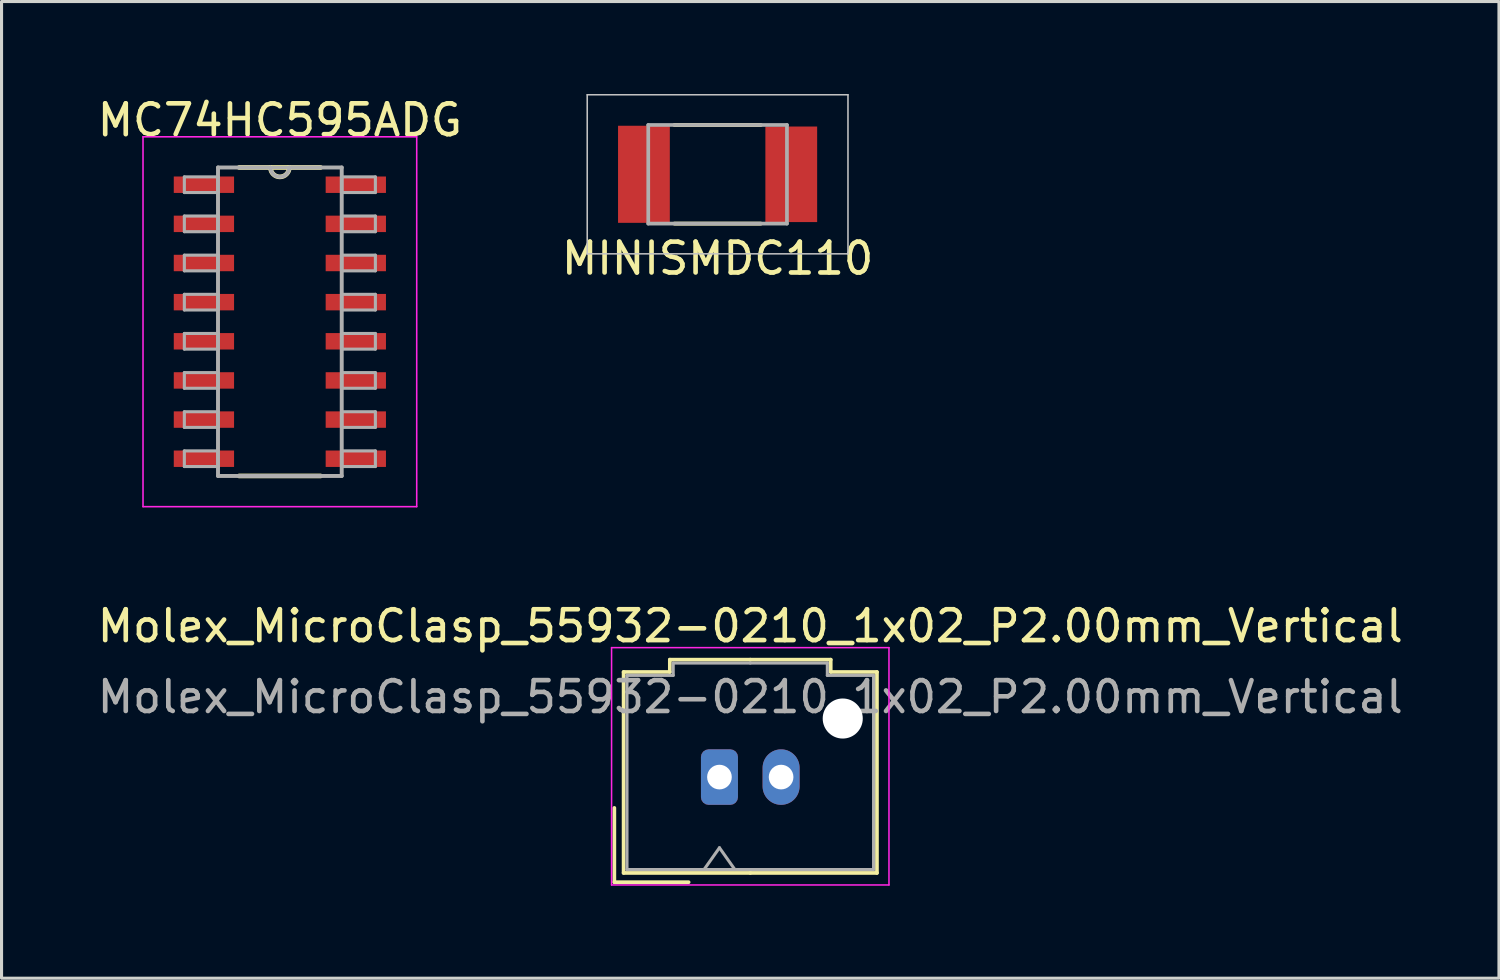
<source format=kicad_pcb>
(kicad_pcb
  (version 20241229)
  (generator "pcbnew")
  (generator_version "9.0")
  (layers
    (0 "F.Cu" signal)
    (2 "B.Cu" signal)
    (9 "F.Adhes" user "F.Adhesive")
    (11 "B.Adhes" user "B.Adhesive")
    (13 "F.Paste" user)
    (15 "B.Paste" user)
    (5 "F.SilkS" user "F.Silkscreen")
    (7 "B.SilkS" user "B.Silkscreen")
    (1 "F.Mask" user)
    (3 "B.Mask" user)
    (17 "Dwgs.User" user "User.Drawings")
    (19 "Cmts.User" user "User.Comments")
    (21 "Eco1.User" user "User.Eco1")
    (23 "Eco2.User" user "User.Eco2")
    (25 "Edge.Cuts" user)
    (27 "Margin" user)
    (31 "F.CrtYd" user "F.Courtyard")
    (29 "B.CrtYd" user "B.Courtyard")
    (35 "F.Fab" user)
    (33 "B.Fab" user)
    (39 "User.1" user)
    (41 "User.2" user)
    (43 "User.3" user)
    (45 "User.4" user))
  (footprint "MC74HC595ADG"
    (layer "F.Cu")
    (at 6.03 7.388)
    (property "Reference" "MC74HC595ADG" (at 0 -6.54 0) (layer "F.SilkS") (effects (font (size 1 1) (thickness 0.15))))
    (attr through_hole)
    (fp_line (start -1.321 5.004) (end 1.321 5.004) (stroke (width 0.152) (type solid)) (layer "F.SilkS"))
    (fp_line (start -0.305 -5.004) (end -1.321 -5.004) (stroke (width 0.152) (type solid)) (layer "F.SilkS"))
    (fp_line (start 0.305 -5.004) (end -0.305 -5.004) (stroke (width 0.152) (type solid)) (layer "F.SilkS"))
    (fp_line (start 1.321 -5.004) (end 0.305 -5.004) (stroke (width 0.152) (type solid)) (layer "F.SilkS"))
    (fp_arc (start 0.3048 -5.0038) (mid 0 -4.699) (end -0.3048 -5.0038) (stroke (width 0.1524) (type solid)) (layer "F.SilkS"))
    (fp_line (start -4.44 -6) (end -4.44 6) (stroke (width 0.051) (type solid)) (layer "F.CrtYd"))
    (fp_line (start -4.44 -6) (end 4.44 -6) (stroke (width 0.051) (type solid)) (layer "F.CrtYd"))
    (fp_line (start 4.44 -6) (end 4.44 6) (stroke (width 0.051) (type solid)) (layer "F.CrtYd"))
    (fp_line (start 4.44 6) (end -4.44 6) (stroke (width 0.051) (type solid)) (layer "F.CrtYd"))
    (fp_line (start -3.099 -4.699) (end -3.099 -4.191) (stroke (width 0.1) (type solid)) (layer "F.Fab"))
    (fp_line (start -3.099 -4.191) (end -2.007 -4.191) (stroke (width 0.1) (type solid)) (layer "F.Fab"))
    (fp_line (start -3.099 -3.429) (end -3.099 -2.921) (stroke (width 0.1) (type solid)) (layer "F.Fab"))
    (fp_line (start -3.099 -2.921) (end -2.007 -2.921) (stroke (width 0.1) (type solid)) (layer "F.Fab"))
    (fp_line (start -3.099 -2.159) (end -3.099 -1.651) (stroke (width 0.1) (type solid)) (layer "F.Fab"))
    (fp_line (start -3.099 -1.651) (end -2.007 -1.651) (stroke (width 0.1) (type solid)) (layer "F.Fab"))
    (fp_line (start -3.099 -0.889) (end -3.099 -0.381) (stroke (width 0.1) (type solid)) (layer "F.Fab"))
    (fp_line (start -3.099 -0.381) (end -2.007 -0.381) (stroke (width 0.1) (type solid)) (layer "F.Fab"))
    (fp_line (start -3.099 0.381) (end -3.099 0.889) (stroke (width 0.1) (type solid)) (layer "F.Fab"))
    (fp_line (start -3.099 0.889) (end -2.007 0.889) (stroke (width 0.1) (type solid)) (layer "F.Fab"))
    (fp_line (start -3.099 1.651) (end -3.099 2.159) (stroke (width 0.1) (type solid)) (layer "F.Fab"))
    (fp_line (start -3.099 2.159) (end -2.007 2.159) (stroke (width 0.1) (type solid)) (layer "F.Fab"))
    (fp_line (start -3.099 2.921) (end -3.099 3.429) (stroke (width 0.1) (type solid)) (layer "F.Fab"))
    (fp_line (start -3.099 3.429) (end -2.007 3.429) (stroke (width 0.1) (type solid)) (layer "F.Fab"))
    (fp_line (start -3.099 4.191) (end -3.099 4.699) (stroke (width 0.1) (type solid)) (layer "F.Fab"))
    (fp_line (start -3.099 4.699) (end -2.007 4.699) (stroke (width 0.1) (type solid)) (layer "F.Fab"))
    (fp_line (start -2.007 -5.004) (end -2.007 5.004) (stroke (width 0.127) (type solid)) (layer "F.Fab"))
    (fp_line (start -2.007 -4.699) (end -3.099 -4.699) (stroke (width 0.1) (type solid)) (layer "F.Fab"))
    (fp_line (start -2.007 -4.191) (end -2.007 -4.699) (stroke (width 0.1) (type solid)) (layer "F.Fab"))
    (fp_line (start -2.007 -3.429) (end -3.099 -3.429) (stroke (width 0.1) (type solid)) (layer "F.Fab"))
    (fp_line (start -2.007 -2.921) (end -2.007 -3.429) (stroke (width 0.1) (type solid)) (layer "F.Fab"))
    (fp_line (start -2.007 -2.159) (end -3.099 -2.159) (stroke (width 0.1) (type solid)) (layer "F.Fab"))
    (fp_line (start -2.007 -1.651) (end -2.007 -2.159) (stroke (width 0.1) (type solid)) (layer "F.Fab"))
    (fp_line (start -2.007 -0.889) (end -3.099 -0.889) (stroke (width 0.1) (type solid)) (layer "F.Fab"))
    (fp_line (start -2.007 -0.381) (end -2.007 -0.889) (stroke (width 0.1) (type solid)) (layer "F.Fab"))
    (fp_line (start -2.007 0.381) (end -3.099 0.381) (stroke (width 0.1) (type solid)) (layer "F.Fab"))
    (fp_line (start -2.007 0.889) (end -2.007 0.381) (stroke (width 0.1) (type solid)) (layer "F.Fab"))
    (fp_line (start -2.007 1.651) (end -3.099 1.651) (stroke (width 0.1) (type solid)) (layer "F.Fab"))
    (fp_line (start -2.007 2.159) (end -2.007 1.651) (stroke (width 0.1) (type solid)) (layer "F.Fab"))
    (fp_line (start -2.007 2.921) (end -3.099 2.921) (stroke (width 0.1) (type solid)) (layer "F.Fab"))
    (fp_line (start -2.007 3.429) (end -2.007 2.921) (stroke (width 0.1) (type solid)) (layer "F.Fab"))
    (fp_line (start -2.007 4.191) (end -3.099 4.191) (stroke (width 0.1) (type solid)) (layer "F.Fab"))
    (fp_line (start -2.007 4.699) (end -2.007 4.191) (stroke (width 0.1) (type solid)) (layer "F.Fab"))
    (fp_line (start -2.007 5.004) (end 2.007 5.004) (stroke (width 0.127) (type solid)) (layer "F.Fab"))
    (fp_line (start -0.305 -5.004) (end -2.007 -5.004) (stroke (width 0.127) (type solid)) (layer "F.Fab"))
    (fp_line (start 0.305 -5.004) (end -0.305 -5.004) (stroke (width 0.1) (type solid)) (layer "F.Fab"))
    (fp_line (start 2.007 -5.004) (end 0.305 -5.004) (stroke (width 0.127) (type solid)) (layer "F.Fab"))
    (fp_line (start 2.007 -4.699) (end 2.007 -4.191) (stroke (width 0.1) (type solid)) (layer "F.Fab"))
    (fp_line (start 2.007 -4.191) (end 3.099 -4.191) (stroke (width 0.1) (type solid)) (layer "F.Fab"))
    (fp_line (start 2.007 -3.429) (end 2.007 -2.921) (stroke (width 0.1) (type solid)) (layer "F.Fab"))
    (fp_line (start 2.007 -2.921) (end 3.099 -2.921) (stroke (width 0.1) (type solid)) (layer "F.Fab"))
    (fp_line (start 2.007 -2.159) (end 2.007 -1.651) (stroke (width 0.1) (type solid)) (layer "F.Fab"))
    (fp_line (start 2.007 -1.651) (end 3.099 -1.651) (stroke (width 0.1) (type solid)) (layer "F.Fab"))
    (fp_line (start 2.007 -0.889) (end 2.007 -0.381) (stroke (width 0.1) (type solid)) (layer "F.Fab"))
    (fp_line (start 2.007 -0.381) (end 3.099 -0.381) (stroke (width 0.1) (type solid)) (layer "F.Fab"))
    (fp_line (start 2.007 0.381) (end 2.007 0.889) (stroke (width 0.1) (type solid)) (layer "F.Fab"))
    (fp_line (start 2.007 0.889) (end 3.099 0.889) (stroke (width 0.1) (type solid)) (layer "F.Fab"))
    (fp_line (start 2.007 1.651) (end 2.007 2.159) (stroke (width 0.1) (type solid)) (layer "F.Fab"))
    (fp_line (start 2.007 2.159) (end 3.099 2.159) (stroke (width 0.1) (type solid)) (layer "F.Fab"))
    (fp_line (start 2.007 2.921) (end 2.007 3.429) (stroke (width 0.1) (type solid)) (layer "F.Fab"))
    (fp_line (start 2.007 3.429) (end 3.099 3.429) (stroke (width 0.1) (type solid)) (layer "F.Fab"))
    (fp_line (start 2.007 4.191) (end 2.007 4.699) (stroke (width 0.1) (type solid)) (layer "F.Fab"))
    (fp_line (start 2.007 4.699) (end 3.099 4.699) (stroke (width 0.1) (type solid)) (layer "F.Fab"))
    (fp_line (start 2.007 5.004) (end 2.007 -5.004) (stroke (width 0.127) (type solid)) (layer "F.Fab"))
    (fp_line (start 3.099 -4.699) (end 2.007 -4.699) (stroke (width 0.1) (type solid)) (layer "F.Fab"))
    (fp_line (start 3.099 -4.191) (end 3.099 -4.699) (stroke (width 0.1) (type solid)) (layer "F.Fab"))
    (fp_line (start 3.099 -3.429) (end 2.007 -3.429) (stroke (width 0.1) (type solid)) (layer "F.Fab"))
    (fp_line (start 3.099 -2.921) (end 3.099 -3.429) (stroke (width 0.1) (type solid)) (layer "F.Fab"))
    (fp_line (start 3.099 -2.159) (end 2.007 -2.159) (stroke (width 0.1) (type solid)) (layer "F.Fab"))
    (fp_line (start 3.099 -1.651) (end 3.099 -2.159) (stroke (width 0.1) (type solid)) (layer "F.Fab"))
    (fp_line (start 3.099 -0.889) (end 2.007 -0.889) (stroke (width 0.1) (type solid)) (layer "F.Fab"))
    (fp_line (start 3.099 -0.381) (end 3.099 -0.889) (stroke (width 0.1) (type solid)) (layer "F.Fab"))
    (fp_line (start 3.099 0.381) (end 2.007 0.381) (stroke (width 0.1) (type solid)) (layer "F.Fab"))
    (fp_line (start 3.099 0.889) (end 3.099 0.381) (stroke (width 0.1) (type solid)) (layer "F.Fab"))
    (fp_line (start 3.099 1.651) (end 2.007 1.651) (stroke (width 0.1) (type solid)) (layer "F.Fab"))
    (fp_line (start 3.099 2.159) (end 3.099 1.651) (stroke (width 0.1) (type solid)) (layer "F.Fab"))
    (fp_line (start 3.099 2.921) (end 2.007 2.921) (stroke (width 0.1) (type solid)) (layer "F.Fab"))
    (fp_line (start 3.099 3.429) (end 3.099 2.921) (stroke (width 0.1) (type solid)) (layer "F.Fab"))
    (fp_line (start 3.099 4.191) (end 2.007 4.191) (stroke (width 0.1) (type solid)) (layer "F.Fab"))
    (fp_line (start 3.099 4.699) (end 3.099 4.191) (stroke (width 0.1) (type solid)) (layer "F.Fab"))
    (fp_arc (start 0.3048 -5.0038) (mid 0 -4.699) (end -0.3048 -5.0038) (stroke (width 0.127) (type solid)) (layer "F.Fab"))
    (pad "1" smd rect (at -2.464 -4.445) (size 1.956 0.533) (layers "F.Cu" "F.Mask" "F.Paste"))
    (pad "2" smd rect (at -2.464 -3.175) (size 1.956 0.533) (layers "F.Cu" "F.Mask" "F.Paste"))
    (pad "3" smd rect (at -2.464 -1.905) (size 1.956 0.533) (layers "F.Cu" "F.Mask" "F.Paste"))
    (pad "4" smd rect (at -2.464 -0.635) (size 1.956 0.533) (layers "F.Cu" "F.Mask" "F.Paste"))
    (pad "5" smd rect (at -2.464 0.635) (size 1.956 0.533) (layers "F.Cu" "F.Mask" "F.Paste"))
    (pad "6" smd rect (at -2.464 1.905) (size 1.956 0.533) (layers "F.Cu" "F.Mask" "F.Paste"))
    (pad "7" smd rect (at -2.464 3.175) (size 1.956 0.533) (layers "F.Cu" "F.Mask" "F.Paste"))
    (pad "8" smd rect (at -2.464 4.445) (size 1.956 0.533) (layers "F.Cu" "F.Mask" "F.Paste"))
    (pad "9" smd rect (at 2.464 4.445) (size 1.956 0.533) (layers "F.Cu" "F.Mask" "F.Paste"))
    (pad "10" smd rect (at 2.464 3.175) (size 1.956 0.533) (layers "F.Cu" "F.Mask" "F.Paste"))
    (pad "11" smd rect (at 2.464 1.905) (size 1.956 0.533) (layers "F.Cu" "F.Mask" "F.Paste"))
    (pad "12" smd rect (at 2.464 0.635) (size 1.956 0.533) (layers "F.Cu" "F.Mask" "F.Paste"))
    (pad "13" smd rect (at 2.464 -0.635) (size 1.956 0.533) (layers "F.Cu" "F.Mask" "F.Paste"))
    (pad "14" smd rect (at 2.464 -1.905) (size 1.956 0.533) (layers "F.Cu" "F.Mask" "F.Paste"))
    (pad "15" smd rect (at 2.464 -3.175) (size 1.956 0.533) (layers "F.Cu" "F.Mask" "F.Paste"))
    (pad "16" smd rect (at 2.464 -4.445) (size 1.956 0.533) (layers "F.Cu" "F.Mask" "F.Paste")))
  (footprint "Molex_MicroClasp_55932-0210_1x02_P2.00mm_Vertical"
    (layer "F.Cu")
    (at 20.292 22.162)
    (property "Reference" "Molex_MicroClasp_55932-0210_1x02_P2.00mm_Vertical" (at 1 -4.9 0) (layer "F.SilkS") (effects (font (size 1 1) (thickness 0.15))))
    (attr through_hole)
    (fp_line (start -3.41 1) (end -3.41 3.41) (stroke (width 0.12) (type solid)) (layer "F.SilkS"))
    (fp_line (start -3.41 3.41) (end -1 3.41) (stroke (width 0.12) (type solid)) (layer "F.SilkS"))
    (fp_line (start -3.11 -3.41) (end -3.11 3.11) (stroke (width 0.12) (type solid)) (layer "F.SilkS"))
    (fp_line (start -3.11 3.11) (end 1 3.11) (stroke (width 0.12) (type solid)) (layer "F.SilkS"))
    (fp_line (start -1.61 -3.81) (end -1.61 -3.41) (stroke (width 0.12) (type solid)) (layer "F.SilkS"))
    (fp_line (start -1.61 -3.41) (end -3.11 -3.41) (stroke (width 0.12) (type solid)) (layer "F.SilkS"))
    (fp_line (start 1 -3.81) (end -1.61 -3.81) (stroke (width 0.12) (type solid)) (layer "F.SilkS"))
    (fp_line (start 1 -3.81) (end 3.61 -3.81) (stroke (width 0.12) (type solid)) (layer "F.SilkS"))
    (fp_line (start 3.61 -3.81) (end 3.61 -3.41) (stroke (width 0.12) (type solid)) (layer "F.SilkS"))
    (fp_line (start 3.61 -3.41) (end 5.11 -3.41) (stroke (width 0.12) (type solid)) (layer "F.SilkS"))
    (fp_line (start 5.11 -3.41) (end 5.11 3.11) (stroke (width 0.12) (type solid)) (layer "F.SilkS"))
    (fp_line (start 5.11 3.11) (end 1 3.11) (stroke (width 0.12) (type solid)) (layer "F.SilkS"))
    (fp_line (start -3.5 -4.2) (end -3.5 3.5) (stroke (width 0.05) (type solid)) (layer "F.CrtYd"))
    (fp_line (start -3.5 3.5) (end 5.5 3.5) (stroke (width 0.05) (type solid)) (layer "F.CrtYd"))
    (fp_line (start 5.5 -4.2) (end -3.5 -4.2) (stroke (width 0.05) (type solid)) (layer "F.CrtYd"))
    (fp_line (start 5.5 3.5) (end 5.5 -4.2) (stroke (width 0.05) (type solid)) (layer "F.CrtYd"))
    (fp_line (start -3 -3.3) (end -3 3) (stroke (width 0.1) (type solid)) (layer "F.Fab"))
    (fp_line (start -3 3) (end 1 3) (stroke (width 0.1) (type solid)) (layer "F.Fab"))
    (fp_line (start -1.5 -3.7) (end -1.5 -3.3) (stroke (width 0.1) (type solid)) (layer "F.Fab"))
    (fp_line (start -1.5 -3.3) (end -3 -3.3) (stroke (width 0.1) (type solid)) (layer "F.Fab"))
    (fp_line (start -0.5 3) (end 0 2.293) (stroke (width 0.1) (type solid)) (layer "F.Fab"))
    (fp_line (start 0 2.293) (end 0.5 3) (stroke (width 0.1) (type solid)) (layer "F.Fab"))
    (fp_line (start 1 -3.7) (end -1.5 -3.7) (stroke (width 0.1) (type solid)) (layer "F.Fab"))
    (fp_line (start 1 -3.7) (end 3.5 -3.7) (stroke (width 0.1) (type solid)) (layer "F.Fab"))
    (fp_line (start 3.5 -3.7) (end 3.5 -3.3) (stroke (width 0.1) (type solid)) (layer "F.Fab"))
    (fp_line (start 3.5 -3.3) (end 5 -3.3) (stroke (width 0.1) (type solid)) (layer "F.Fab"))
    (fp_line (start 5 -3.3) (end 5 3) (stroke (width 0.1) (type solid)) (layer "F.Fab"))
    (fp_line (start 5 3) (end 1 3) (stroke (width 0.1) (type solid)) (layer "F.Fab"))
    (fp_text user "${REFERENCE}" (at 1 -2.6 0) (layer "F.Fab") (effects (font (size 1 1) (thickness 0.15))))
    (pad "" np_thru_hole circle (at 4 -1.9) (size 1.3 1.3) (drill 1.3) (layers "*.Cu" "*.Mask"))
    (pad "1" thru_hole roundrect (at 0 0) (size 1.2 1.8) (drill 0.8) (layers "*.Cu" "*.Mask") (roundrect_rratio 0.208))
    (pad "2" thru_hole oval (at 2 0) (size 1.2 1.8) (drill 0.8) (layers "*.Cu" "*.Mask")))
  (footprint "MINISMDC110"
    (layer "F.Cu")
    (at 20.232 2.605)
    (property "Reference" "MINISMDC110" (at 0 2.73 0) (layer "F.SilkS") (effects (font (size 1 1) (thickness 0.15))))
    (attr through_hole)
    (fp_line (start -1.4 -1.6) (end 1.4 -1.6) (stroke (width 0.127) (type solid)) (layer "F.SilkS"))
    (fp_line (start -1.4 1.6) (end 1.4 1.6) (stroke (width 0.127) (type solid)) (layer "F.SilkS"))
    (fp_line (start -4.23 -2.58) (end -4.23 2.58) (stroke (width 0.051) (type solid)) (layer "Dwgs.User"))
    (fp_line (start -4.23 -2.58) (end 4.23 -2.58) (stroke (width 0.051) (type solid)) (layer "Dwgs.User"))
    (fp_line (start -4.23 2.58) (end 4.23 2.58) (stroke (width 0.051) (type solid)) (layer "Dwgs.User"))
    (fp_line (start 4.23 -2.58) (end 4.23 2.58) (stroke (width 0.051) (type solid)) (layer "Dwgs.User"))
    (fp_line (start -2.25 -1.6) (end 2.25 -1.6) (stroke (width 0.12) (type solid)) (layer "F.Fab"))
    (fp_line (start -2.25 1.6) (end -2.25 -1.6) (stroke (width 0.12) (type solid)) (layer "F.Fab"))
    (fp_line (start -2.25 1.6) (end 2.25 1.6) (stroke (width 0.12) (type solid)) (layer "F.Fab"))
    (fp_line (start 2.25 1.6) (end 2.25 -1.6) (stroke (width 0.12) (type solid)) (layer "F.Fab"))
    (pad "P$1" smd rect (at -2.39 0) (size 1.68 3.15) (layers "F.Cu" "F.Mask" "F.Paste"))
    (pad "P$2" smd rect (at 2.39 0) (size 1.68 3.1) (layers "F.Cu" "F.Mask" "F.Paste")))
  (gr_rect
    (start -3 -3)
    (end 45.583 28.687)
    (stroke (width 0.1) (type default))
    (fill no)
    (layer "Edge.Cuts")))
</source>
